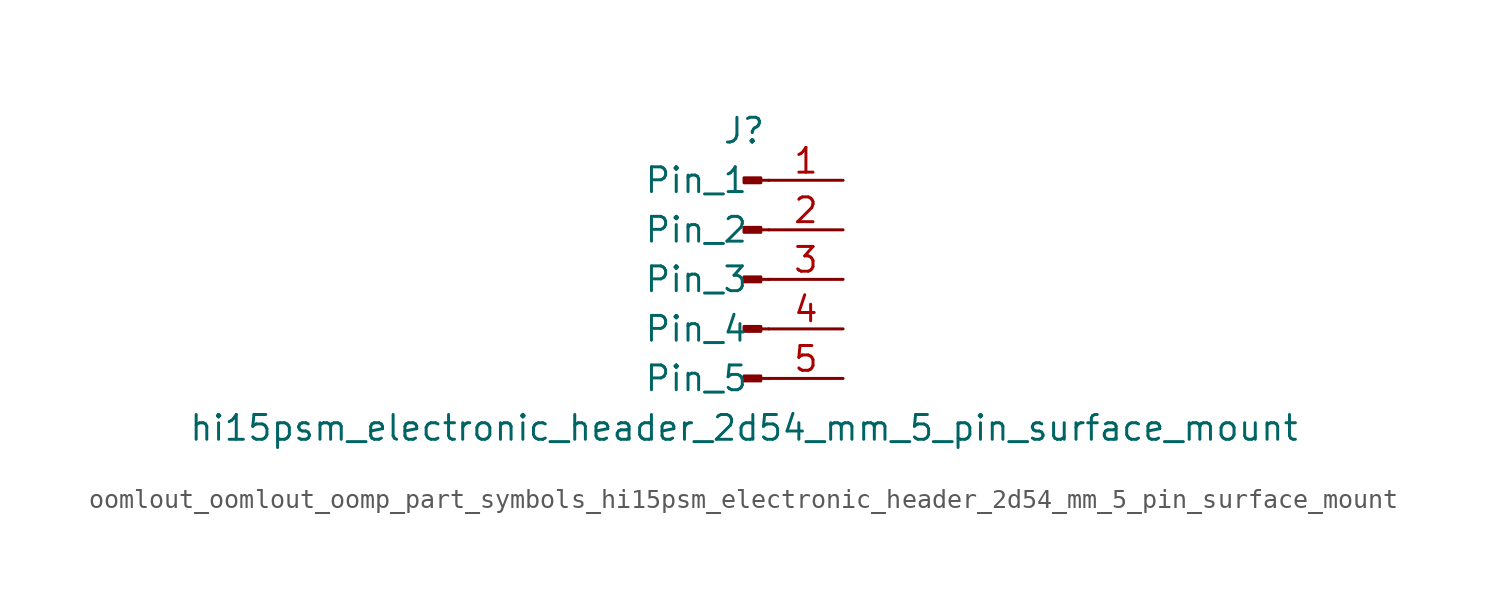
<source format=kicad_sym>
(kicad_symbol_lib
  (version 20220914)
  (generator kicad_symbol_editor)
  (symbol "oomlout_oomlout_oomp_part_symbols_hi15psm_electronic_header_2d54_mm_5_pin_surface_mount"
    (pin_names
      (offset 1.016))
    (property "Reference" "J"
      (at 0 7.62 0)
      (effects (font (size 1.27 1.27))))
    (property "Value" "hi15psm_electronic_header_2d54_mm_5_pin_surface_mount"
      (at 0 -7.62 0)
      (effects (font (size 1.27 1.27))))
    (property "ki_locked" ""
      (at 0 0 0)
      (effects (font (size 1.27 1.27))))
    (symbol "oomlout_oomlout_oomp_part_symbols_hi15psm_electronic_header_2d54_mm_5_pin_surface_mount_1_1"
      (polyline (pts (xy 1.27 -5.08) (xy 0.864 -5.08)) (stroke (width 0.152) (type default)) (fill (type none)))
      (polyline (pts (xy 1.27 -2.54) (xy 0.864 -2.54)) (stroke (width 0.152) (type default)) (fill (type none)))
      (polyline (pts (xy 1.27 0) (xy 0.864 0)) (stroke (width 0.152) (type default)) (fill (type none)))
      (polyline (pts (xy 1.27 2.54) (xy 0.864 2.54)) (stroke (width 0.152) (type default)) (fill (type none)))
      (polyline (pts (xy 1.27 5.08) (xy 0.864 5.08)) (stroke (width 0.152) (type default)) (fill (type none)))
      (rectangle (start 0.864 -4.953) (end 0 -5.207) (stroke (width 0.152) (type default)) (fill (type outline)))
      (rectangle (start 0.864 -2.413) (end 0 -2.667) (stroke (width 0.152) (type default)) (fill (type outline)))
      (rectangle (start 0.864 0.127) (end 0 -0.127) (stroke (width 0.152) (type default)) (fill (type outline)))
      (rectangle (start 0.864 2.667) (end 0 2.413) (stroke (width 0.152) (type default)) (fill (type outline)))
      (rectangle (start 0.864 5.207) (end 0 4.953) (stroke (width 0.152) (type default)) (fill (type outline)))
      (pin passive line (at 5.08 5.08 180) (length 3.81) (name "Pin_1" (effects (font (size 1.27 1.27)))) (number "1" (effects (font (size 1.27 1.27)))))
      (pin passive line (at 5.08 2.54 180) (length 3.81) (name "Pin_2" (effects (font (size 1.27 1.27)))) (number "2" (effects (font (size 1.27 1.27)))))
      (pin passive line (at 5.08 0 180) (length 3.81) (name "Pin_3" (effects (font (size 1.27 1.27)))) (number "3" (effects (font (size 1.27 1.27)))))
      (pin passive line (at 5.08 -2.54 180) (length 3.81) (name "Pin_4" (effects (font (size 1.27 1.27)))) (number "4" (effects (font (size 1.27 1.27)))))
      (pin passive line (at 5.08 -5.08 180) (length 3.81) (name "Pin_5" (effects (font (size 1.27 1.27)))) (number "5" (effects (font (size 1.27 1.27))))))))
</source>
